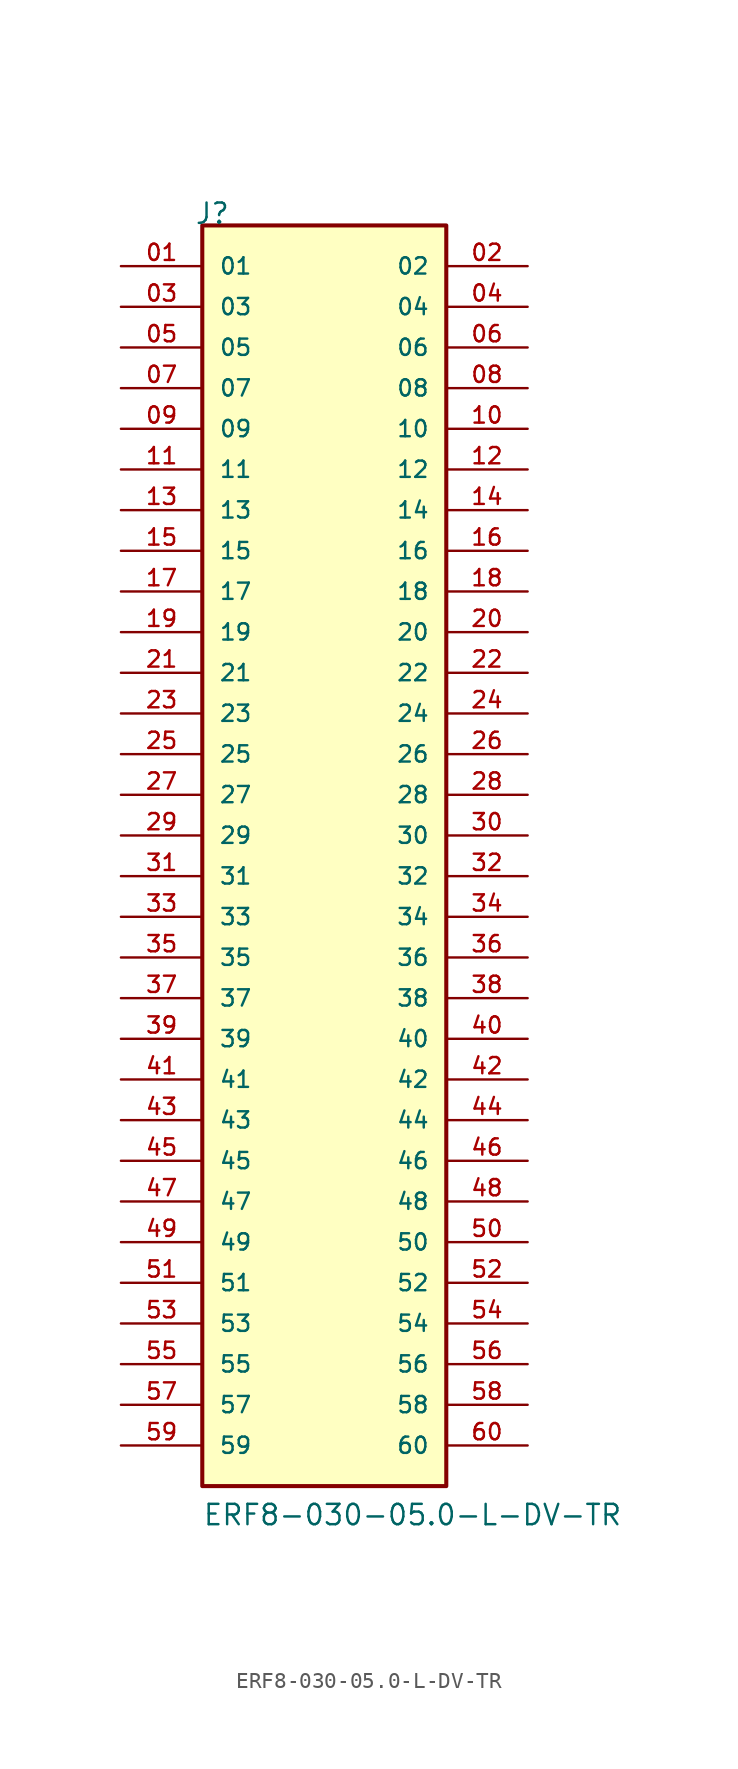
<source format=kicad_sym>
(kicad_symbol_lib
  (version 20211014)
  (generator kicad_symbol_editor)
  (symbol "ERF8-030-05.0-L-DV-TR"
    (pin_names
      (offset 1.016))
    (property "Reference" "J"
      (at -8.12 40.64 0)
      (effects (font (size 1.27 1.27)) (justify bottom left)))
    (property "Value" "ERF8-030-05.0-L-DV-TR"
      (at -7.62 -40.64 0)
      (effects (font (size 1.27 1.27)) (justify bottom left)))
    (symbol "ERF8-030-05.0-L-DV-TR_0_0"
      (rectangle (start -7.62 -38.1) (end 7.62 40.64) (stroke (width 0.254)) (fill (type background)))
      (pin passive line (at -12.7 38.1 0) (length 5.08) (name "01" (effects (font (size 1.016 1.016)))) (number "01" (effects (font (size 1.016 1.016)))))
      (pin passive line (at 12.7 38.1 180.0) (length 5.08) (name "02" (effects (font (size 1.016 1.016)))) (number "02" (effects (font (size 1.016 1.016)))))
      (pin passive line (at -12.7 35.56 0) (length 5.08) (name "03" (effects (font (size 1.016 1.016)))) (number "03" (effects (font (size 1.016 1.016)))))
      (pin passive line (at 12.7 35.56 180.0) (length 5.08) (name "04" (effects (font (size 1.016 1.016)))) (number "04" (effects (font (size 1.016 1.016)))))
      (pin passive line (at -12.7 33.02 0) (length 5.08) (name "05" (effects (font (size 1.016 1.016)))) (number "05" (effects (font (size 1.016 1.016)))))
      (pin passive line (at 12.7 33.02 180.0) (length 5.08) (name "06" (effects (font (size 1.016 1.016)))) (number "06" (effects (font (size 1.016 1.016)))))
      (pin passive line (at -12.7 30.48 0) (length 5.08) (name "07" (effects (font (size 1.016 1.016)))) (number "07" (effects (font (size 1.016 1.016)))))
      (pin passive line (at 12.7 30.48 180.0) (length 5.08) (name "08" (effects (font (size 1.016 1.016)))) (number "08" (effects (font (size 1.016 1.016)))))
      (pin passive line (at -12.7 27.94 0) (length 5.08) (name "09" (effects (font (size 1.016 1.016)))) (number "09" (effects (font (size 1.016 1.016)))))
      (pin passive line (at 12.7 27.94 180.0) (length 5.08) (name "10" (effects (font (size 1.016 1.016)))) (number "10" (effects (font (size 1.016 1.016)))))
      (pin passive line (at -12.7 25.4 0) (length 5.08) (name "11" (effects (font (size 1.016 1.016)))) (number "11" (effects (font (size 1.016 1.016)))))
      (pin passive line (at 12.7 25.4 180.0) (length 5.08) (name "12" (effects (font (size 1.016 1.016)))) (number "12" (effects (font (size 1.016 1.016)))))
      (pin passive line (at -12.7 22.86 0) (length 5.08) (name "13" (effects (font (size 1.016 1.016)))) (number "13" (effects (font (size 1.016 1.016)))))
      (pin passive line (at 12.7 22.86 180.0) (length 5.08) (name "14" (effects (font (size 1.016 1.016)))) (number "14" (effects (font (size 1.016 1.016)))))
      (pin passive line (at -12.7 20.32 0) (length 5.08) (name "15" (effects (font (size 1.016 1.016)))) (number "15" (effects (font (size 1.016 1.016)))))
      (pin passive line (at 12.7 20.32 180.0) (length 5.08) (name "16" (effects (font (size 1.016 1.016)))) (number "16" (effects (font (size 1.016 1.016)))))
      (pin passive line (at -12.7 17.78 0) (length 5.08) (name "17" (effects (font (size 1.016 1.016)))) (number "17" (effects (font (size 1.016 1.016)))))
      (pin passive line (at 12.7 17.78 180.0) (length 5.08) (name "18" (effects (font (size 1.016 1.016)))) (number "18" (effects (font (size 1.016 1.016)))))
      (pin passive line (at -12.7 15.24 0) (length 5.08) (name "19" (effects (font (size 1.016 1.016)))) (number "19" (effects (font (size 1.016 1.016)))))
      (pin passive line (at 12.7 15.24 180.0) (length 5.08) (name "20" (effects (font (size 1.016 1.016)))) (number "20" (effects (font (size 1.016 1.016)))))
      (pin passive line (at -12.7 12.7 0) (length 5.08) (name "21" (effects (font (size 1.016 1.016)))) (number "21" (effects (font (size 1.016 1.016)))))
      (pin passive line (at 12.7 12.7 180.0) (length 5.08) (name "22" (effects (font (size 1.016 1.016)))) (number "22" (effects (font (size 1.016 1.016)))))
      (pin passive line (at -12.7 10.16 0) (length 5.08) (name "23" (effects (font (size 1.016 1.016)))) (number "23" (effects (font (size 1.016 1.016)))))
      (pin passive line (at 12.7 10.16 180.0) (length 5.08) (name "24" (effects (font (size 1.016 1.016)))) (number "24" (effects (font (size 1.016 1.016)))))
      (pin passive line (at -12.7 7.62 0) (length 5.08) (name "25" (effects (font (size 1.016 1.016)))) (number "25" (effects (font (size 1.016 1.016)))))
      (pin passive line (at 12.7 7.62 180.0) (length 5.08) (name "26" (effects (font (size 1.016 1.016)))) (number "26" (effects (font (size 1.016 1.016)))))
      (pin passive line (at -12.7 5.08 0) (length 5.08) (name "27" (effects (font (size 1.016 1.016)))) (number "27" (effects (font (size 1.016 1.016)))))
      (pin passive line (at 12.7 5.08 180.0) (length 5.08) (name "28" (effects (font (size 1.016 1.016)))) (number "28" (effects (font (size 1.016 1.016)))))
      (pin passive line (at -12.7 2.54 0) (length 5.08) (name "29" (effects (font (size 1.016 1.016)))) (number "29" (effects (font (size 1.016 1.016)))))
      (pin passive line (at 12.7 2.54 180.0) (length 5.08) (name "30" (effects (font (size 1.016 1.016)))) (number "30" (effects (font (size 1.016 1.016)))))
      (pin passive line (at -12.7 0.0 0) (length 5.08) (name "31" (effects (font (size 1.016 1.016)))) (number "31" (effects (font (size 1.016 1.016)))))
      (pin passive line (at 12.7 0.0 180.0) (length 5.08) (name "32" (effects (font (size 1.016 1.016)))) (number "32" (effects (font (size 1.016 1.016)))))
      (pin passive line (at -12.7 -2.54 0) (length 5.08) (name "33" (effects (font (size 1.016 1.016)))) (number "33" (effects (font (size 1.016 1.016)))))
      (pin passive line (at 12.7 -2.54 180.0) (length 5.08) (name "34" (effects (font (size 1.016 1.016)))) (number "34" (effects (font (size 1.016 1.016)))))
      (pin passive line (at -12.7 -5.08 0) (length 5.08) (name "35" (effects (font (size 1.016 1.016)))) (number "35" (effects (font (size 1.016 1.016)))))
      (pin passive line (at 12.7 -5.08 180.0) (length 5.08) (name "36" (effects (font (size 1.016 1.016)))) (number "36" (effects (font (size 1.016 1.016)))))
      (pin passive line (at -12.7 -7.62 0) (length 5.08) (name "37" (effects (font (size 1.016 1.016)))) (number "37" (effects (font (size 1.016 1.016)))))
      (pin passive line (at 12.7 -7.62 180.0) (length 5.08) (name "38" (effects (font (size 1.016 1.016)))) (number "38" (effects (font (size 1.016 1.016)))))
      (pin passive line (at -12.7 -10.16 0) (length 5.08) (name "39" (effects (font (size 1.016 1.016)))) (number "39" (effects (font (size 1.016 1.016)))))
      (pin passive line (at 12.7 -10.16 180.0) (length 5.08) (name "40" (effects (font (size 1.016 1.016)))) (number "40" (effects (font (size 1.016 1.016)))))
      (pin passive line (at -12.7 -12.7 0) (length 5.08) (name "41" (effects (font (size 1.016 1.016)))) (number "41" (effects (font (size 1.016 1.016)))))
      (pin passive line (at 12.7 -12.7 180.0) (length 5.08) (name "42" (effects (font (size 1.016 1.016)))) (number "42" (effects (font (size 1.016 1.016)))))
      (pin passive line (at -12.7 -15.24 0) (length 5.08) (name "43" (effects (font (size 1.016 1.016)))) (number "43" (effects (font (size 1.016 1.016)))))
      (pin passive line (at 12.7 -15.24 180.0) (length 5.08) (name "44" (effects (font (size 1.016 1.016)))) (number "44" (effects (font (size 1.016 1.016)))))
      (pin passive line (at -12.7 -17.78 0) (length 5.08) (name "45" (effects (font (size 1.016 1.016)))) (number "45" (effects (font (size 1.016 1.016)))))
      (pin passive line (at 12.7 -17.78 180.0) (length 5.08) (name "46" (effects (font (size 1.016 1.016)))) (number "46" (effects (font (size 1.016 1.016)))))
      (pin passive line (at -12.7 -20.32 0) (length 5.08) (name "47" (effects (font (size 1.016 1.016)))) (number "47" (effects (font (size 1.016 1.016)))))
      (pin passive line (at 12.7 -20.32 180.0) (length 5.08) (name "48" (effects (font (size 1.016 1.016)))) (number "48" (effects (font (size 1.016 1.016)))))
      (pin passive line (at -12.7 -22.86 0) (length 5.08) (name "49" (effects (font (size 1.016 1.016)))) (number "49" (effects (font (size 1.016 1.016)))))
      (pin passive line (at 12.7 -22.86 180.0) (length 5.08) (name "50" (effects (font (size 1.016 1.016)))) (number "50" (effects (font (size 1.016 1.016)))))
      (pin passive line (at -12.7 -25.4 0) (length 5.08) (name "51" (effects (font (size 1.016 1.016)))) (number "51" (effects (font (size 1.016 1.016)))))
      (pin passive line (at 12.7 -25.4 180.0) (length 5.08) (name "52" (effects (font (size 1.016 1.016)))) (number "52" (effects (font (size 1.016 1.016)))))
      (pin passive line (at -12.7 -27.94 0) (length 5.08) (name "53" (effects (font (size 1.016 1.016)))) (number "53" (effects (font (size 1.016 1.016)))))
      (pin passive line (at 12.7 -27.94 180.0) (length 5.08) (name "54" (effects (font (size 1.016 1.016)))) (number "54" (effects (font (size 1.016 1.016)))))
      (pin passive line (at -12.7 -30.48 0) (length 5.08) (name "55" (effects (font (size 1.016 1.016)))) (number "55" (effects (font (size 1.016 1.016)))))
      (pin passive line (at 12.7 -30.48 180.0) (length 5.08) (name "56" (effects (font (size 1.016 1.016)))) (number "56" (effects (font (size 1.016 1.016)))))
      (pin passive line (at -12.7 -33.02 0) (length 5.08) (name "57" (effects (font (size 1.016 1.016)))) (number "57" (effects (font (size 1.016 1.016)))))
      (pin passive line (at 12.7 -33.02 180.0) (length 5.08) (name "58" (effects (font (size 1.016 1.016)))) (number "58" (effects (font (size 1.016 1.016)))))
      (pin passive line (at -12.7 -35.56 0) (length 5.08) (name "59" (effects (font (size 1.016 1.016)))) (number "59" (effects (font (size 1.016 1.016)))))
      (pin passive line (at 12.7 -35.56 180.0) (length 5.08) (name "60" (effects (font (size 1.016 1.016)))) (number "60" (effects (font (size 1.016 1.016))))))))
</source>
